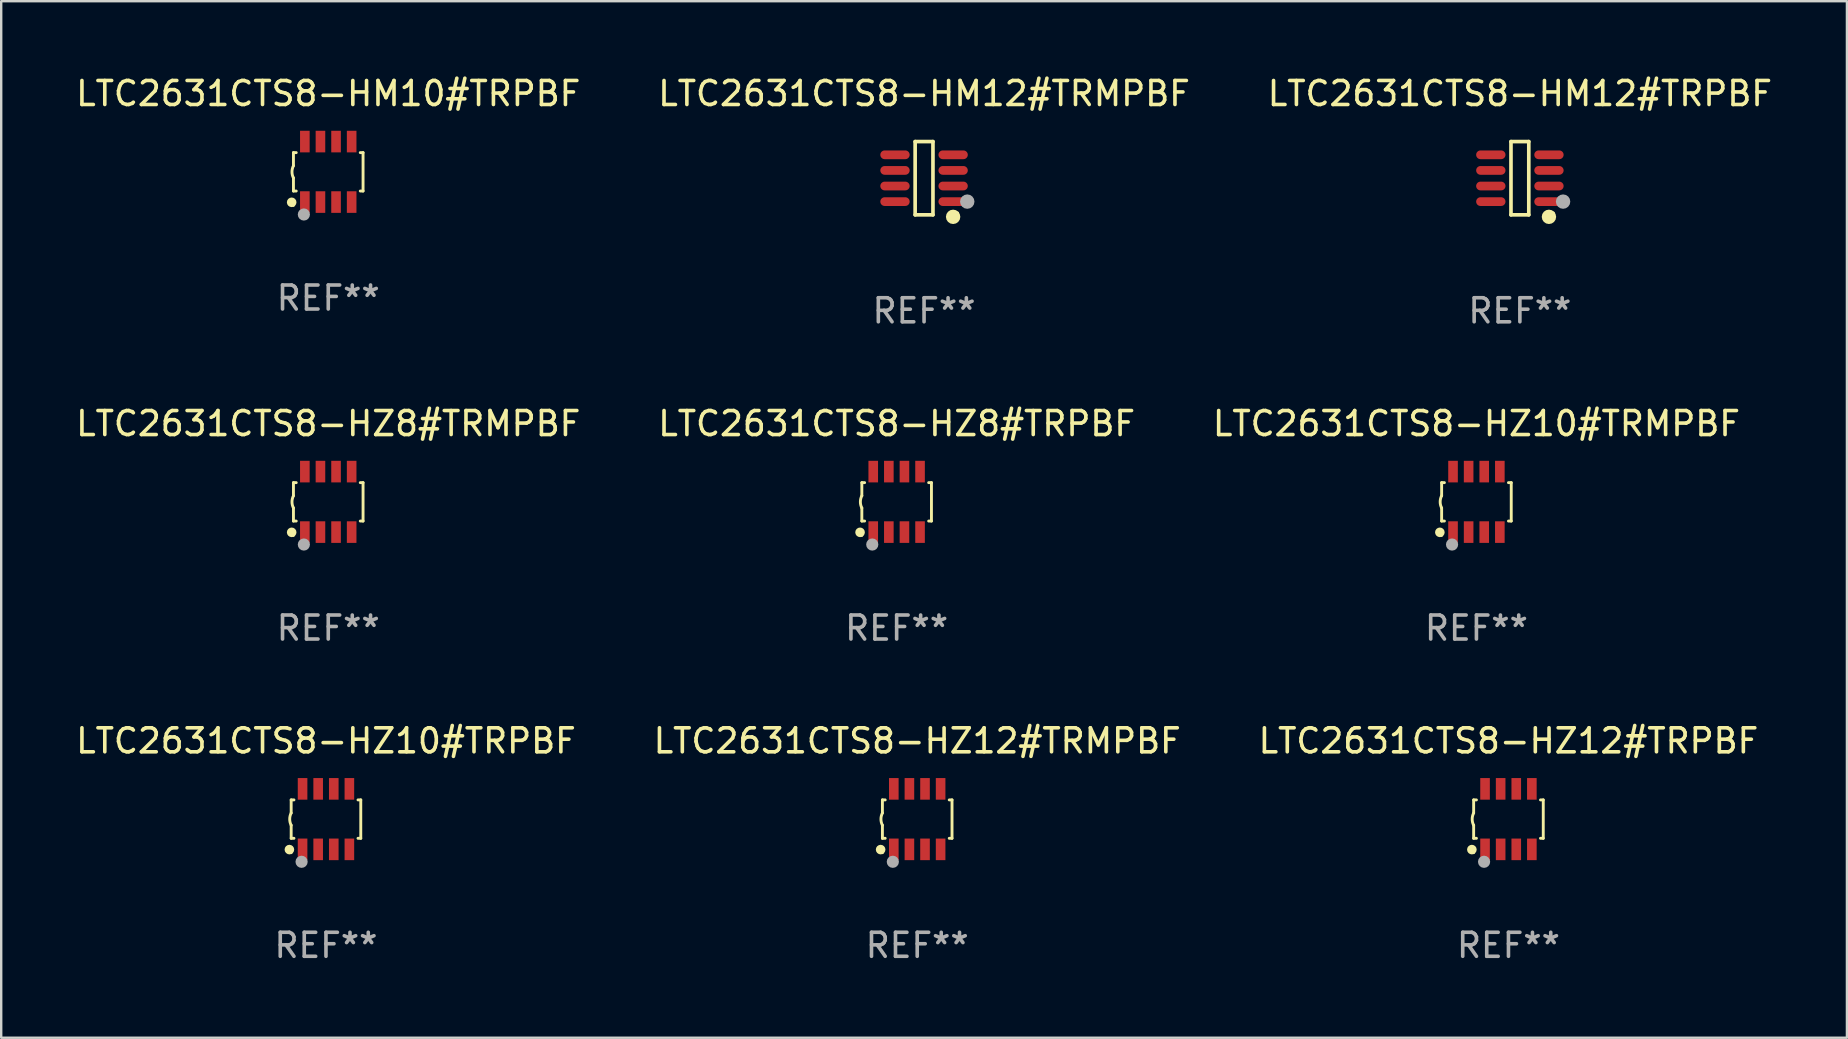
<source format=kicad_pcb>
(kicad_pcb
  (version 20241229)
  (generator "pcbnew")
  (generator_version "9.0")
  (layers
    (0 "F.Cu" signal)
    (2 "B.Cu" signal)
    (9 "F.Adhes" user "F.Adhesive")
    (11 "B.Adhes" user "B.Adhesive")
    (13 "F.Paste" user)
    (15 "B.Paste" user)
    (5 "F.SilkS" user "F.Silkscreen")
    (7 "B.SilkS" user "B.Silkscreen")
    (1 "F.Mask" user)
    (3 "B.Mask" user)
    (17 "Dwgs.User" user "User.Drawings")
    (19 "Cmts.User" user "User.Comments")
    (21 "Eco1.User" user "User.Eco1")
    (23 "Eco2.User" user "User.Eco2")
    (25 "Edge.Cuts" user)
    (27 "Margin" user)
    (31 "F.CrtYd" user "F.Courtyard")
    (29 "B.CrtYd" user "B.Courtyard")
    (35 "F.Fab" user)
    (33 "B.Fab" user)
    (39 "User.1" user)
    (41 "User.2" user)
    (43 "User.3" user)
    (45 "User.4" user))
  (footprint "LTC2631CTS8-HZ8#TRPBF"
    (layer "F.Cu")
    (at 34.304 17.857)
    (property "Reference" "LTC2631CTS8-HZ8#TRPBF" (at 0 -3.26 0) (layer "F.SilkS") (effects (font (size 1 1) (thickness 0.15))))
    (attr through_hole)
    (fp_line (start -1.45 -0.8) (end -1.45 -0.254) (stroke (width 0.12) (type solid)) (layer "F.SilkS"))
    (fp_line (start -1.45 -0.8) (end -1.334 -0.8) (stroke (width 0.12) (type solid)) (layer "F.SilkS"))
    (fp_line (start -1.45 0.8) (end -1.45 0.254) (stroke (width 0.12) (type solid)) (layer "F.SilkS"))
    (fp_line (start -1.45 0.8) (end -1.334 0.8) (stroke (width 0.12) (type solid)) (layer "F.SilkS"))
    (fp_line (start 1.334 -0.8) (end 1.45 -0.8) (stroke (width 0.12) (type solid)) (layer "F.SilkS"))
    (fp_line (start 1.334 0.8) (end 1.45 0.8) (stroke (width 0.12) (type solid)) (layer "F.SilkS"))
    (fp_line (start 1.45 0.8) (end 1.45 -0.8) (stroke (width 0.12) (type solid)) (layer "F.SilkS"))
    (fp_arc (start -1.45075 0.255144) (mid -1.510605 0.000434) (end -1.450013 -0.254102) (stroke (width 0.11999) (type solid)) (layer "F.SilkS"))
    (fp_circle (center -1.524 1.27) (end -1.424 1.27) (stroke (width 0.2) (type solid)) (fill no) (layer "F.SilkS"))
    (fp_circle (center -1.45 1.4) (end -1.42 1.4) (stroke (width 0.06) (type solid)) (fill no) (layer "F.SilkS"))
    (fp_circle (center -1.016 1.778) (end -0.889 1.778) (stroke (width 0.254) (type solid)) (fill no) (layer "F.Fab"))
    (fp_text user "REF**" (at 0 5.26 0) (layer "F.Fab") (effects (font (size 1 1) (thickness 0.15))))
    (pad "1" smd rect (at -0.975 1.26) (size 0.4 0.9) (layers "F.Cu" "F.Mask" "F.Paste"))
    (pad "2" smd rect (at -0.325 1.26) (size 0.4 0.9) (layers "F.Cu" "F.Mask" "F.Paste"))
    (pad "3" smd rect (at 0.325 1.26) (size 0.4 0.9) (layers "F.Cu" "F.Mask" "F.Paste"))
    (pad "4" smd rect (at 0.975 1.26) (size 0.4 0.9) (layers "F.Cu" "F.Mask" "F.Paste"))
    (pad "5" smd rect (at 0.975 -1.26) (size 0.4 0.9) (layers "F.Cu" "F.Mask" "F.Paste"))
    (pad "6" smd rect (at 0.325 -1.26) (size 0.4 0.9) (layers "F.Cu" "F.Mask" "F.Paste"))
    (pad "7" smd rect (at -0.325 -1.26) (size 0.4 0.9) (layers "F.Cu" "F.Mask" "F.Paste"))
    (pad "8" smd rect (at -0.975 -1.26) (size 0.4 0.9) (layers "F.Cu" "F.Mask" "F.Paste")))
  (footprint "LTC2631CTS8-HZ10#TRPBF"
    (layer "F.Cu")
    (at 10.53 31.074)
    (property "Reference" "LTC2631CTS8-HZ10#TRPBF" (at 0 -3.26 0) (layer "F.SilkS") (effects (font (size 1 1) (thickness 0.15))))
    (attr through_hole)
    (fp_line (start -1.45 -0.8) (end -1.45 -0.254) (stroke (width 0.12) (type solid)) (layer "F.SilkS"))
    (fp_line (start -1.45 -0.8) (end -1.334 -0.8) (stroke (width 0.12) (type solid)) (layer "F.SilkS"))
    (fp_line (start -1.45 0.8) (end -1.45 0.254) (stroke (width 0.12) (type solid)) (layer "F.SilkS"))
    (fp_line (start -1.45 0.8) (end -1.334 0.8) (stroke (width 0.12) (type solid)) (layer "F.SilkS"))
    (fp_line (start 1.334 -0.8) (end 1.45 -0.8) (stroke (width 0.12) (type solid)) (layer "F.SilkS"))
    (fp_line (start 1.334 0.8) (end 1.45 0.8) (stroke (width 0.12) (type solid)) (layer "F.SilkS"))
    (fp_line (start 1.45 0.8) (end 1.45 -0.8) (stroke (width 0.12) (type solid)) (layer "F.SilkS"))
    (fp_arc (start -1.45075 0.255144) (mid -1.510605 0.000434) (end -1.450013 -0.254102) (stroke (width 0.11999) (type solid)) (layer "F.SilkS"))
    (fp_circle (center -1.524 1.27) (end -1.424 1.27) (stroke (width 0.2) (type solid)) (fill no) (layer "F.SilkS"))
    (fp_circle (center -1.45 1.4) (end -1.42 1.4) (stroke (width 0.06) (type solid)) (fill no) (layer "F.SilkS"))
    (fp_circle (center -1.016 1.778) (end -0.889 1.778) (stroke (width 0.254) (type solid)) (fill no) (layer "F.Fab"))
    (fp_text user "REF**" (at 0 5.26 0) (layer "F.Fab") (effects (font (size 1 1) (thickness 0.15))))
    (pad "1" smd rect (at -0.975 1.26) (size 0.4 0.9) (layers "F.Cu" "F.Mask" "F.Paste"))
    (pad "2" smd rect (at -0.325 1.26) (size 0.4 0.9) (layers "F.Cu" "F.Mask" "F.Paste"))
    (pad "3" smd rect (at 0.325 1.26) (size 0.4 0.9) (layers "F.Cu" "F.Mask" "F.Paste"))
    (pad "4" smd rect (at 0.975 1.26) (size 0.4 0.9) (layers "F.Cu" "F.Mask" "F.Paste"))
    (pad "5" smd rect (at 0.975 -1.26) (size 0.4 0.9) (layers "F.Cu" "F.Mask" "F.Paste"))
    (pad "6" smd rect (at 0.325 -1.26) (size 0.4 0.9) (layers "F.Cu" "F.Mask" "F.Paste"))
    (pad "7" smd rect (at -0.325 -1.26) (size 0.4 0.9) (layers "F.Cu" "F.Mask" "F.Paste"))
    (pad "8" smd rect (at -0.975 -1.26) (size 0.4 0.9) (layers "F.Cu" "F.Mask" "F.Paste")))
  (footprint "LTC2631CTS8-HZ12#TRPBF"
    (layer "F.Cu")
    (at 59.792 31.074)
    (property "Reference" "LTC2631CTS8-HZ12#TRPBF" (at 0 -3.26 0) (layer "F.SilkS") (effects (font (size 1 1) (thickness 0.15))))
    (attr through_hole)
    (fp_line (start -1.45 -0.8) (end -1.45 -0.254) (stroke (width 0.12) (type solid)) (layer "F.SilkS"))
    (fp_line (start -1.45 -0.8) (end -1.334 -0.8) (stroke (width 0.12) (type solid)) (layer "F.SilkS"))
    (fp_line (start -1.45 0.8) (end -1.45 0.254) (stroke (width 0.12) (type solid)) (layer "F.SilkS"))
    (fp_line (start -1.45 0.8) (end -1.334 0.8) (stroke (width 0.12) (type solid)) (layer "F.SilkS"))
    (fp_line (start 1.334 -0.8) (end 1.45 -0.8) (stroke (width 0.12) (type solid)) (layer "F.SilkS"))
    (fp_line (start 1.334 0.8) (end 1.45 0.8) (stroke (width 0.12) (type solid)) (layer "F.SilkS"))
    (fp_line (start 1.45 0.8) (end 1.45 -0.8) (stroke (width 0.12) (type solid)) (layer "F.SilkS"))
    (fp_arc (start -1.45075 0.255144) (mid -1.510605 0.000434) (end -1.450013 -0.254102) (stroke (width 0.11999) (type solid)) (layer "F.SilkS"))
    (fp_circle (center -1.524 1.27) (end -1.424 1.27) (stroke (width 0.2) (type solid)) (fill no) (layer "F.SilkS"))
    (fp_circle (center -1.45 1.4) (end -1.42 1.4) (stroke (width 0.06) (type solid)) (fill no) (layer "F.SilkS"))
    (fp_circle (center -1.016 1.778) (end -0.889 1.778) (stroke (width 0.254) (type solid)) (fill no) (layer "F.Fab"))
    (fp_text user "REF**" (at 0 5.26 0) (layer "F.Fab") (effects (font (size 1 1) (thickness 0.15))))
    (pad "1" smd rect (at -0.975 1.26) (size 0.4 0.9) (layers "F.Cu" "F.Mask" "F.Paste"))
    (pad "2" smd rect (at -0.325 1.26) (size 0.4 0.9) (layers "F.Cu" "F.Mask" "F.Paste"))
    (pad "3" smd rect (at 0.325 1.26) (size 0.4 0.9) (layers "F.Cu" "F.Mask" "F.Paste"))
    (pad "4" smd rect (at 0.975 1.26) (size 0.4 0.9) (layers "F.Cu" "F.Mask" "F.Paste"))
    (pad "5" smd rect (at 0.975 -1.26) (size 0.4 0.9) (layers "F.Cu" "F.Mask" "F.Paste"))
    (pad "6" smd rect (at 0.325 -1.26) (size 0.4 0.9) (layers "F.Cu" "F.Mask" "F.Paste"))
    (pad "7" smd rect (at -0.325 -1.26) (size 0.4 0.9) (layers "F.Cu" "F.Mask" "F.Paste"))
    (pad "8" smd rect (at -0.975 -1.26) (size 0.4 0.9) (layers "F.Cu" "F.Mask" "F.Paste")))
  (footprint "LTC2631CTS8-HZ10#TRMPBF"
    (layer "F.Cu")
    (at 58.458 17.857)
    (property "Reference" "LTC2631CTS8-HZ10#TRMPBF" (at 0 -3.26 0) (layer "F.SilkS") (effects (font (size 1 1) (thickness 0.15))))
    (attr through_hole)
    (fp_line (start -1.45 -0.8) (end -1.45 -0.254) (stroke (width 0.12) (type solid)) (layer "F.SilkS"))
    (fp_line (start -1.45 -0.8) (end -1.334 -0.8) (stroke (width 0.12) (type solid)) (layer "F.SilkS"))
    (fp_line (start -1.45 0.8) (end -1.45 0.254) (stroke (width 0.12) (type solid)) (layer "F.SilkS"))
    (fp_line (start -1.45 0.8) (end -1.334 0.8) (stroke (width 0.12) (type solid)) (layer "F.SilkS"))
    (fp_line (start 1.334 -0.8) (end 1.45 -0.8) (stroke (width 0.12) (type solid)) (layer "F.SilkS"))
    (fp_line (start 1.334 0.8) (end 1.45 0.8) (stroke (width 0.12) (type solid)) (layer "F.SilkS"))
    (fp_line (start 1.45 0.8) (end 1.45 -0.8) (stroke (width 0.12) (type solid)) (layer "F.SilkS"))
    (fp_arc (start -1.45075 0.255144) (mid -1.510605 0.000434) (end -1.450013 -0.254102) (stroke (width 0.11999) (type solid)) (layer "F.SilkS"))
    (fp_circle (center -1.524 1.27) (end -1.424 1.27) (stroke (width 0.2) (type solid)) (fill no) (layer "F.SilkS"))
    (fp_circle (center -1.45 1.4) (end -1.42 1.4) (stroke (width 0.06) (type solid)) (fill no) (layer "F.SilkS"))
    (fp_circle (center -1.016 1.778) (end -0.889 1.778) (stroke (width 0.254) (type solid)) (fill no) (layer "F.Fab"))
    (fp_text user "REF**" (at 0 5.26 0) (layer "F.Fab") (effects (font (size 1 1) (thickness 0.15))))
    (pad "1" smd rect (at -0.975 1.26) (size 0.4 0.9) (layers "F.Cu" "F.Mask" "F.Paste"))
    (pad "2" smd rect (at -0.325 1.26) (size 0.4 0.9) (layers "F.Cu" "F.Mask" "F.Paste"))
    (pad "3" smd rect (at 0.325 1.26) (size 0.4 0.9) (layers "F.Cu" "F.Mask" "F.Paste"))
    (pad "4" smd rect (at 0.975 1.26) (size 0.4 0.9) (layers "F.Cu" "F.Mask" "F.Paste"))
    (pad "5" smd rect (at 0.975 -1.26) (size 0.4 0.9) (layers "F.Cu" "F.Mask" "F.Paste"))
    (pad "6" smd rect (at 0.325 -1.26) (size 0.4 0.9) (layers "F.Cu" "F.Mask" "F.Paste"))
    (pad "7" smd rect (at -0.325 -1.26) (size 0.4 0.9) (layers "F.Cu" "F.Mask" "F.Paste"))
    (pad "8" smd rect (at -0.975 -1.26) (size 0.4 0.9) (layers "F.Cu" "F.Mask" "F.Paste")))
  (footprint "LTC2631CTS8-HZ8#TRMPBF"
    (layer "F.Cu")
    (at 10.625 17.857)
    (property "Reference" "LTC2631CTS8-HZ8#TRMPBF" (at 0 -3.26 0) (layer "F.SilkS") (effects (font (size 1 1) (thickness 0.15))))
    (attr through_hole)
    (fp_line (start -1.45 -0.8) (end -1.45 -0.254) (stroke (width 0.12) (type solid)) (layer "F.SilkS"))
    (fp_line (start -1.45 -0.8) (end -1.334 -0.8) (stroke (width 0.12) (type solid)) (layer "F.SilkS"))
    (fp_line (start -1.45 0.8) (end -1.45 0.254) (stroke (width 0.12) (type solid)) (layer "F.SilkS"))
    (fp_line (start -1.45 0.8) (end -1.334 0.8) (stroke (width 0.12) (type solid)) (layer "F.SilkS"))
    (fp_line (start 1.334 -0.8) (end 1.45 -0.8) (stroke (width 0.12) (type solid)) (layer "F.SilkS"))
    (fp_line (start 1.334 0.8) (end 1.45 0.8) (stroke (width 0.12) (type solid)) (layer "F.SilkS"))
    (fp_line (start 1.45 0.8) (end 1.45 -0.8) (stroke (width 0.12) (type solid)) (layer "F.SilkS"))
    (fp_arc (start -1.45075 0.255144) (mid -1.510605 0.000434) (end -1.450013 -0.254102) (stroke (width 0.11999) (type solid)) (layer "F.SilkS"))
    (fp_circle (center -1.524 1.27) (end -1.424 1.27) (stroke (width 0.2) (type solid)) (fill no) (layer "F.SilkS"))
    (fp_circle (center -1.45 1.4) (end -1.42 1.4) (stroke (width 0.06) (type solid)) (fill no) (layer "F.SilkS"))
    (fp_circle (center -1.016 1.778) (end -0.889 1.778) (stroke (width 0.254) (type solid)) (fill no) (layer "F.Fab"))
    (fp_text user "REF**" (at 0 5.26 0) (layer "F.Fab") (effects (font (size 1 1) (thickness 0.15))))
    (pad "1" smd rect (at -0.975 1.26) (size 0.4 0.9) (layers "F.Cu" "F.Mask" "F.Paste"))
    (pad "2" smd rect (at -0.325 1.26) (size 0.4 0.9) (layers "F.Cu" "F.Mask" "F.Paste"))
    (pad "3" smd rect (at 0.325 1.26) (size 0.4 0.9) (layers "F.Cu" "F.Mask" "F.Paste"))
    (pad "4" smd rect (at 0.975 1.26) (size 0.4 0.9) (layers "F.Cu" "F.Mask" "F.Paste"))
    (pad "5" smd rect (at 0.975 -1.26) (size 0.4 0.9) (layers "F.Cu" "F.Mask" "F.Paste"))
    (pad "6" smd rect (at 0.325 -1.26) (size 0.4 0.9) (layers "F.Cu" "F.Mask" "F.Paste"))
    (pad "7" smd rect (at -0.325 -1.26) (size 0.4 0.9) (layers "F.Cu" "F.Mask" "F.Paste"))
    (pad "8" smd rect (at -0.975 -1.26) (size 0.4 0.9) (layers "F.Cu" "F.Mask" "F.Paste")))
  (footprint "LTC2631CTS8-HZ12#TRMPBF"
    (layer "F.Cu")
    (at 35.161 31.074)
    (property "Reference" "LTC2631CTS8-HZ12#TRMPBF" (at 0 -3.26 0) (layer "F.SilkS") (effects (font (size 1 1) (thickness 0.15))))
    (attr through_hole)
    (fp_line (start -1.45 -0.8) (end -1.45 -0.254) (stroke (width 0.12) (type solid)) (layer "F.SilkS"))
    (fp_line (start -1.45 -0.8) (end -1.334 -0.8) (stroke (width 0.12) (type solid)) (layer "F.SilkS"))
    (fp_line (start -1.45 0.8) (end -1.45 0.254) (stroke (width 0.12) (type solid)) (layer "F.SilkS"))
    (fp_line (start -1.45 0.8) (end -1.334 0.8) (stroke (width 0.12) (type solid)) (layer "F.SilkS"))
    (fp_line (start 1.334 -0.8) (end 1.45 -0.8) (stroke (width 0.12) (type solid)) (layer "F.SilkS"))
    (fp_line (start 1.334 0.8) (end 1.45 0.8) (stroke (width 0.12) (type solid)) (layer "F.SilkS"))
    (fp_line (start 1.45 0.8) (end 1.45 -0.8) (stroke (width 0.12) (type solid)) (layer "F.SilkS"))
    (fp_arc (start -1.45075 0.255144) (mid -1.510605 0.000434) (end -1.450013 -0.254102) (stroke (width 0.11999) (type solid)) (layer "F.SilkS"))
    (fp_circle (center -1.524 1.27) (end -1.424 1.27) (stroke (width 0.2) (type solid)) (fill no) (layer "F.SilkS"))
    (fp_circle (center -1.45 1.4) (end -1.42 1.4) (stroke (width 0.06) (type solid)) (fill no) (layer "F.SilkS"))
    (fp_circle (center -1.016 1.778) (end -0.889 1.778) (stroke (width 0.254) (type solid)) (fill no) (layer "F.Fab"))
    (fp_text user "REF**" (at 0 5.26 0) (layer "F.Fab") (effects (font (size 1 1) (thickness 0.15))))
    (pad "1" smd rect (at -0.975 1.26) (size 0.4 0.9) (layers "F.Cu" "F.Mask" "F.Paste"))
    (pad "2" smd rect (at -0.325 1.26) (size 0.4 0.9) (layers "F.Cu" "F.Mask" "F.Paste"))
    (pad "3" smd rect (at 0.325 1.26) (size 0.4 0.9) (layers "F.Cu" "F.Mask" "F.Paste"))
    (pad "4" smd rect (at 0.975 1.26) (size 0.4 0.9) (layers "F.Cu" "F.Mask" "F.Paste"))
    (pad "5" smd rect (at 0.975 -1.26) (size 0.4 0.9) (layers "F.Cu" "F.Mask" "F.Paste"))
    (pad "6" smd rect (at 0.325 -1.26) (size 0.4 0.9) (layers "F.Cu" "F.Mask" "F.Paste"))
    (pad "7" smd rect (at -0.325 -1.26) (size 0.4 0.9) (layers "F.Cu" "F.Mask" "F.Paste"))
    (pad "8" smd rect (at -0.975 -1.26) (size 0.4 0.9) (layers "F.Cu" "F.Mask" "F.Paste")))
  (footprint "LTC2631CTS8-HM12#TRMPBF"
    (layer "F.Cu")
    (at 35.446 4.374)
    (property "Reference" "LTC2631CTS8-HM12#TRMPBF" (at 0 -3.526 0) (layer "F.SilkS") (effects (font (size 1 1) (thickness 0.15))))
    (attr through_hole)
    (fp_line (start -0.371 -1.526) (end 0.371 -1.526) (stroke (width 0.152) (type solid)) (layer "F.SilkS"))
    (fp_line (start -0.371 1.526) (end -0.371 -1.526) (stroke (width 0.152) (type solid)) (layer "F.SilkS"))
    (fp_line (start 0.371 -1.526) (end 0.371 1.526) (stroke (width 0.152) (type solid)) (layer "F.SilkS"))
    (fp_line (start 0.371 1.526) (end -0.371 1.526) (stroke (width 0.152) (type solid)) (layer "F.SilkS"))
    (fp_circle (center 1.211 1.609) (end 1.361 1.609) (stroke (width 0.3) (type solid)) (fill no) (layer "F.SilkS"))
    (fp_circle (center 1.4 1.45) (end 1.43 1.45) (stroke (width 0.06) (type solid)) (fill no) (layer "F.SilkS"))
    (fp_circle (center 1.8 0.975) (end 1.95 0.975) (stroke (width 0.3) (type solid)) (fill no) (layer "F.Fab"))
    (fp_text user "REF**" (at 0 5.526 0) (layer "F.Fab") (effects (font (size 1 1) (thickness 0.15))))
    (pad "1" smd oval (at 1.211 0.975) (size 1.222 0.364) (layers "F.Cu" "F.Mask" "F.Paste"))
    (pad "2" smd oval (at 1.211 0.325) (size 1.222 0.364) (layers "F.Cu" "F.Mask" "F.Paste"))
    (pad "3" smd oval (at 1.211 -0.325) (size 1.222 0.364) (layers "F.Cu" "F.Mask" "F.Paste"))
    (pad "4" smd oval (at 1.211 -0.975) (size 1.222 0.364) (layers "F.Cu" "F.Mask" "F.Paste"))
    (pad "5" smd oval (at -1.211 -0.975) (size 1.222 0.364) (layers "F.Cu" "F.Mask" "F.Paste"))
    (pad "6" smd oval (at -1.211 -0.325) (size 1.222 0.364) (layers "F.Cu" "F.Mask" "F.Paste"))
    (pad "7" smd oval (at -1.211 0.325) (size 1.222 0.364) (layers "F.Cu" "F.Mask" "F.Paste"))
    (pad "8" smd oval (at -1.211 0.975) (size 1.222 0.364) (layers "F.Cu" "F.Mask" "F.Paste")))
  (footprint "LTC2631CTS8-HM10#TRPBF"
    (layer "F.Cu")
    (at 10.625 4.108)
    (property "Reference" "LTC2631CTS8-HM10#TRPBF" (at 0 -3.26 0) (layer "F.SilkS") (effects (font (size 1 1) (thickness 0.15))))
    (attr through_hole)
    (fp_line (start -1.45 -0.8) (end -1.45 -0.254) (stroke (width 0.12) (type solid)) (layer "F.SilkS"))
    (fp_line (start -1.45 -0.8) (end -1.334 -0.8) (stroke (width 0.12) (type solid)) (layer "F.SilkS"))
    (fp_line (start -1.45 0.8) (end -1.45 0.254) (stroke (width 0.12) (type solid)) (layer "F.SilkS"))
    (fp_line (start -1.45 0.8) (end -1.334 0.8) (stroke (width 0.12) (type solid)) (layer "F.SilkS"))
    (fp_line (start 1.334 -0.8) (end 1.45 -0.8) (stroke (width 0.12) (type solid)) (layer "F.SilkS"))
    (fp_line (start 1.334 0.8) (end 1.45 0.8) (stroke (width 0.12) (type solid)) (layer "F.SilkS"))
    (fp_line (start 1.45 0.8) (end 1.45 -0.8) (stroke (width 0.12) (type solid)) (layer "F.SilkS"))
    (fp_arc (start -1.45075 0.255144) (mid -1.510605 0.000434) (end -1.450013 -0.254102) (stroke (width 0.11999) (type solid)) (layer "F.SilkS"))
    (fp_circle (center -1.524 1.27) (end -1.424 1.27) (stroke (width 0.2) (type solid)) (fill no) (layer "F.SilkS"))
    (fp_circle (center -1.45 1.4) (end -1.42 1.4) (stroke (width 0.06) (type solid)) (fill no) (layer "F.SilkS"))
    (fp_circle (center -1.016 1.778) (end -0.889 1.778) (stroke (width 0.254) (type solid)) (fill no) (layer "F.Fab"))
    (fp_text user "REF**" (at 0 5.26 0) (layer "F.Fab") (effects (font (size 1 1) (thickness 0.15))))
    (pad "1" smd rect (at -0.975 1.26) (size 0.4 0.9) (layers "F.Cu" "F.Mask" "F.Paste"))
    (pad "2" smd rect (at -0.325 1.26) (size 0.4 0.9) (layers "F.Cu" "F.Mask" "F.Paste"))
    (pad "3" smd rect (at 0.325 1.26) (size 0.4 0.9) (layers "F.Cu" "F.Mask" "F.Paste"))
    (pad "4" smd rect (at 0.975 1.26) (size 0.4 0.9) (layers "F.Cu" "F.Mask" "F.Paste"))
    (pad "5" smd rect (at 0.975 -1.26) (size 0.4 0.9) (layers "F.Cu" "F.Mask" "F.Paste"))
    (pad "6" smd rect (at 0.325 -1.26) (size 0.4 0.9) (layers "F.Cu" "F.Mask" "F.Paste"))
    (pad "7" smd rect (at -0.325 -1.26) (size 0.4 0.9) (layers "F.Cu" "F.Mask" "F.Paste"))
    (pad "8" smd rect (at -0.975 -1.26) (size 0.4 0.9) (layers "F.Cu" "F.Mask" "F.Paste")))
  (footprint "LTC2631CTS8-HM12#TRPBF"
    (layer "F.Cu")
    (at 60.268 4.374)
    (property "Reference" "LTC2631CTS8-HM12#TRPBF" (at 0 -3.526 0) (layer "F.SilkS") (effects (font (size 1 1) (thickness 0.15))))
    (attr through_hole)
    (fp_line (start -0.371 -1.526) (end 0.371 -1.526) (stroke (width 0.152) (type solid)) (layer "F.SilkS"))
    (fp_line (start -0.371 1.526) (end -0.371 -1.526) (stroke (width 0.152) (type solid)) (layer "F.SilkS"))
    (fp_line (start 0.371 -1.526) (end 0.371 1.526) (stroke (width 0.152) (type solid)) (layer "F.SilkS"))
    (fp_line (start 0.371 1.526) (end -0.371 1.526) (stroke (width 0.152) (type solid)) (layer "F.SilkS"))
    (fp_circle (center 1.211 1.609) (end 1.361 1.609) (stroke (width 0.3) (type solid)) (fill no) (layer "F.SilkS"))
    (fp_circle (center 1.4 1.45) (end 1.43 1.45) (stroke (width 0.06) (type solid)) (fill no) (layer "F.SilkS"))
    (fp_circle (center 1.8 0.975) (end 1.95 0.975) (stroke (width 0.3) (type solid)) (fill no) (layer "F.Fab"))
    (fp_text user "REF**" (at 0 5.526 0) (layer "F.Fab") (effects (font (size 1 1) (thickness 0.15))))
    (pad "1" smd oval (at 1.211 0.975) (size 1.222 0.364) (layers "F.Cu" "F.Mask" "F.Paste"))
    (pad "2" smd oval (at 1.211 0.325) (size 1.222 0.364) (layers "F.Cu" "F.Mask" "F.Paste"))
    (pad "3" smd oval (at 1.211 -0.325) (size 1.222 0.364) (layers "F.Cu" "F.Mask" "F.Paste"))
    (pad "4" smd oval (at 1.211 -0.975) (size 1.222 0.364) (layers "F.Cu" "F.Mask" "F.Paste"))
    (pad "5" smd oval (at -1.211 -0.975) (size 1.222 0.364) (layers "F.Cu" "F.Mask" "F.Paste"))
    (pad "6" smd oval (at -1.211 -0.325) (size 1.222 0.364) (layers "F.Cu" "F.Mask" "F.Paste"))
    (pad "7" smd oval (at -1.211 0.325) (size 1.222 0.364) (layers "F.Cu" "F.Mask" "F.Paste"))
    (pad "8" smd oval (at -1.211 0.975) (size 1.222 0.364) (layers "F.Cu" "F.Mask" "F.Paste")))
  (gr_rect
    (start -3 -3)
    (end 73.893 40.182)
    (stroke (width 0.1) (type default))
    (fill no)
    (layer "Edge.Cuts")))
</source>
